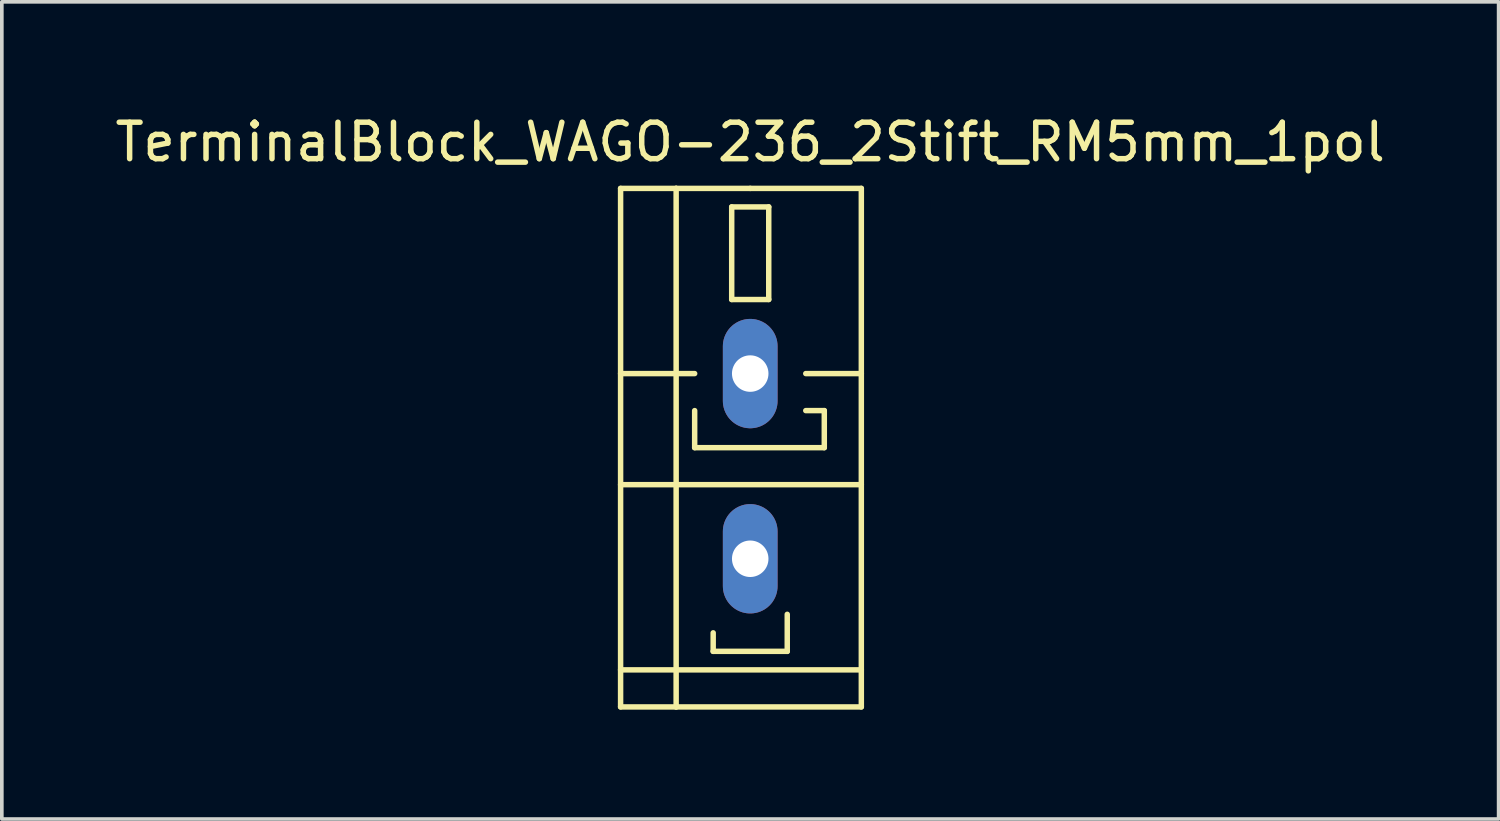
<source format=kicad_pcb>
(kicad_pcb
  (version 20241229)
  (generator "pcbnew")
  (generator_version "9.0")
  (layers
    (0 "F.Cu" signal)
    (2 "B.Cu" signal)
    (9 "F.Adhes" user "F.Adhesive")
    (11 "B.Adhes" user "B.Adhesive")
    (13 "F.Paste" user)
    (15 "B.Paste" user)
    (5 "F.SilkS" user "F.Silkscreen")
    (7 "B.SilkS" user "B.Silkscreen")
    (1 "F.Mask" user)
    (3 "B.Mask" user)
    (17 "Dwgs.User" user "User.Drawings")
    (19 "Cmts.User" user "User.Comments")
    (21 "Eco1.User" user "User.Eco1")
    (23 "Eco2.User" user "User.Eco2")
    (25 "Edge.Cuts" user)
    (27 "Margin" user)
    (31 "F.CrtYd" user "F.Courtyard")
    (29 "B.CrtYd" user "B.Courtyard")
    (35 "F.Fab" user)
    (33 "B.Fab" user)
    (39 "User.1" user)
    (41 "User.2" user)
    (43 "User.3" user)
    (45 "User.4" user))
  (footprint "TerminalBlock_WAGO-236_2Stift_RM5mm_1pol"
    (layer "F.Cu")
    (at 17.53 9.738)
    (property "Reference" "TerminalBlock_WAGO-236_2Stift_RM5mm_1pol" (at 0 -8.89 0) (layer "F.SilkS") (effects (font (size 1 1) (thickness 0.15))))
    (attr through_hole)
    (fp_line (start -3.556 -7.62) (end -2.032 -7.62) (stroke (width 0.15) (type solid)) (layer "F.SilkS"))
    (fp_line (start -3.556 -2.54) (end -1.524 -2.54) (stroke (width 0.15) (type solid)) (layer "F.SilkS"))
    (fp_line (start -3.556 0.508) (end 3.048 0.508) (stroke (width 0.15) (type solid)) (layer "F.SilkS"))
    (fp_line (start -3.556 5.588) (end 3.048 5.588) (stroke (width 0.15) (type solid)) (layer "F.SilkS"))
    (fp_line (start -3.556 6.604) (end -3.556 -7.62) (stroke (width 0.15) (type solid)) (layer "F.SilkS"))
    (fp_line (start -2.032 -7.62) (end 0 -7.62) (stroke (width 0.15) (type solid)) (layer "F.SilkS"))
    (fp_line (start -2.032 6.604) (end -3.556 6.604) (stroke (width 0.15) (type solid)) (layer "F.SilkS"))
    (fp_line (start -2.032 6.604) (end -2.032 -7.62) (stroke (width 0.15) (type solid)) (layer "F.SilkS"))
    (fp_line (start -1.524 -1.524) (end -1.524 -0.508) (stroke (width 0.15) (type solid)) (layer "F.SilkS"))
    (fp_line (start -1.524 -0.508) (end 2.032 -0.508) (stroke (width 0.15) (type solid)) (layer "F.SilkS"))
    (fp_line (start -1.016 4.572) (end -1.016 5.08) (stroke (width 0.15) (type solid)) (layer "F.SilkS"))
    (fp_line (start -1.016 5.08) (end 1.016 5.08) (stroke (width 0.15) (type solid)) (layer "F.SilkS"))
    (fp_line (start -0.508 -7.112) (end 0.508 -7.112) (stroke (width 0.15) (type solid)) (layer "F.SilkS"))
    (fp_line (start -0.508 -4.572) (end -0.508 -7.112) (stroke (width 0.15) (type solid)) (layer "F.SilkS"))
    (fp_line (start 0 -7.62) (end 3.048 -7.62) (stroke (width 0.15) (type solid)) (layer "F.SilkS"))
    (fp_line (start 0.508 -7.112) (end 0.508 -4.572) (stroke (width 0.15) (type solid)) (layer "F.SilkS"))
    (fp_line (start 0.508 -4.572) (end -0.508 -4.572) (stroke (width 0.15) (type solid)) (layer "F.SilkS"))
    (fp_line (start 1.016 5.08) (end 1.016 4.064) (stroke (width 0.15) (type solid)) (layer "F.SilkS"))
    (fp_line (start 1.524 -2.54) (end 3.048 -2.54) (stroke (width 0.15) (type solid)) (layer "F.SilkS"))
    (fp_line (start 2.032 -1.524) (end 1.524 -1.524) (stroke (width 0.15) (type solid)) (layer "F.SilkS"))
    (fp_line (start 2.032 -0.508) (end 2.032 -1.524) (stroke (width 0.15) (type solid)) (layer "F.SilkS"))
    (fp_line (start 3.048 -7.62) (end 3.048 6.604) (stroke (width 0.15) (type solid)) (layer "F.SilkS"))
    (fp_line (start 3.048 6.604) (end -2.032 6.604) (stroke (width 0.15) (type solid)) (layer "F.SilkS"))
    (pad "1" thru_hole oval (at 0 -2.54 90) (size 3 1.501) (drill 1.001) (layers "*.Cu" "*.Mask"))
    (pad "1" thru_hole oval (at 0 2.54 90) (size 3 1.501) (drill 1.001) (layers "*.Cu" "*.Mask")))
  (gr_rect
    (start -3 -3)
    (end 38.06 19.417)
    (stroke (width 0.1) (type default))
    (fill no)
    (layer "Edge.Cuts")))
</source>
